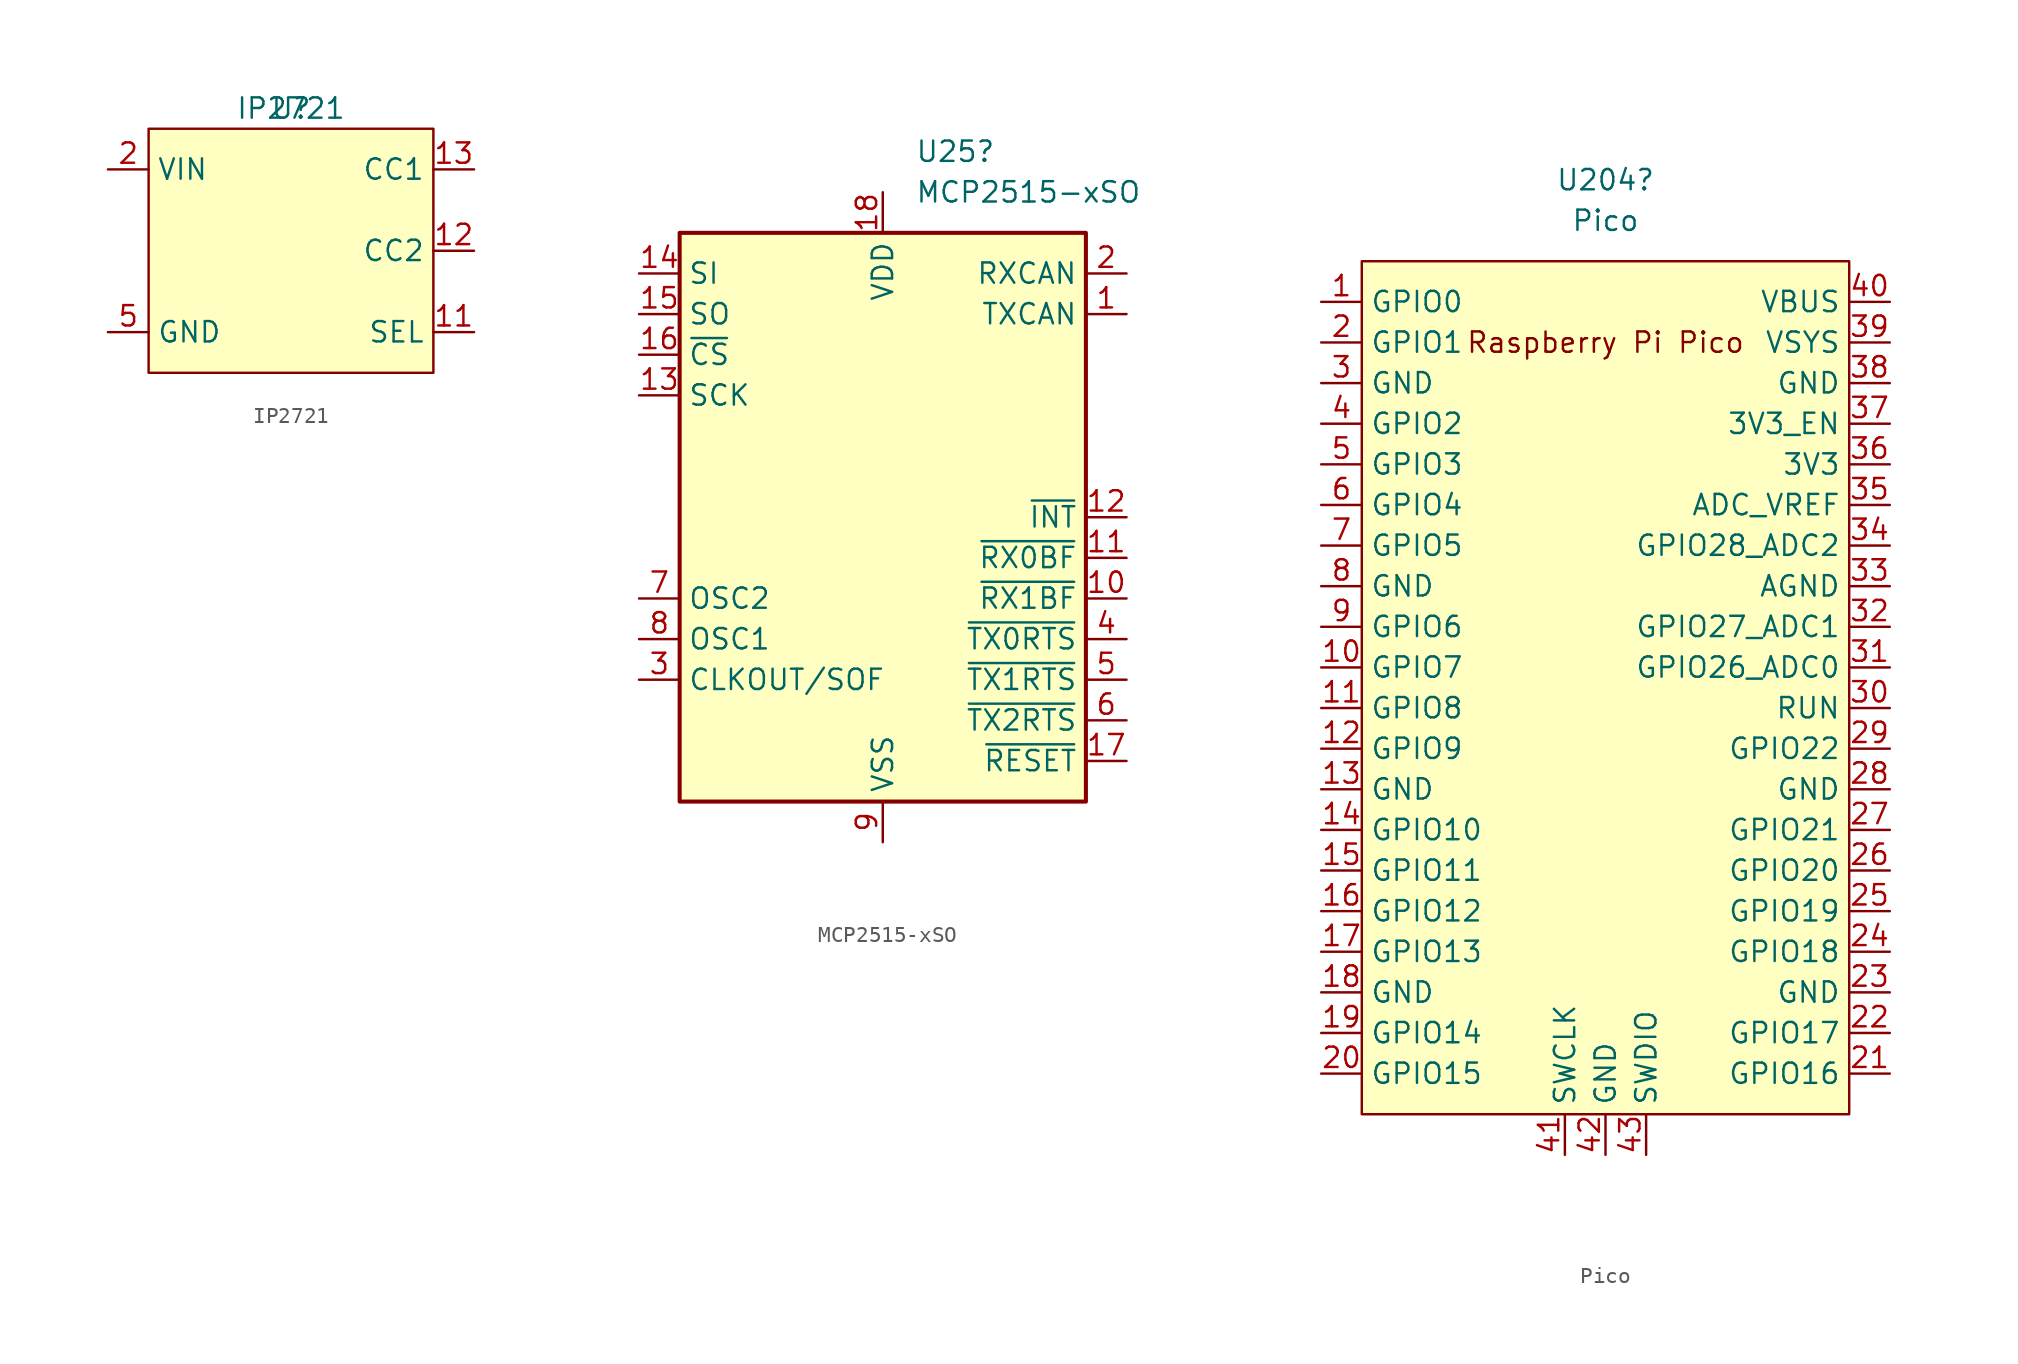
<source format=kicad_sym>
(kicad_symbol_lib
  (version 20211014)
  (generator kicad_symbol_editor)
  (symbol "IP2721"
    (property "Reference" "U"
      (at 0 0 0)
      (effects (font (size 1.27 1.27))))
    (property "Value" "IP2721"
      (at 0 0 0)
      (effects (font (size 1.27 1.27))))
    (symbol "IP2721_0_1"
      (rectangle (start -8.89 -1.27) (end 8.89 -16.51) (stroke (width 0) (type default) (color 0 0 0 0)) (fill (type background))))
    (symbol "IP2721_1_1"
      (pin passive line (at 11.43 -13.97 180) (length 2.54) (name "SEL" (effects (font (size 1.27 1.27)))) (number "11" (effects (font (size 1.27 1.27)))))
      (pin passive line (at 11.43 -8.89 180) (length 2.54) (name "CC2" (effects (font (size 1.27 1.27)))) (number "12" (effects (font (size 1.27 1.27)))))
      (pin passive line (at 11.43 -3.81 180) (length 2.54) (name "CC1" (effects (font (size 1.27 1.27)))) (number "13" (effects (font (size 1.27 1.27)))))
      (pin passive line (at -11.43 -3.81 0) (length 2.54) (name "VIN" (effects (font (size 1.27 1.27)))) (number "2" (effects (font (size 1.27 1.27)))))
      (pin passive line (at -11.43 -13.97 0) (length 2.54) (name "GND" (effects (font (size 1.27 1.27)))) (number "5" (effects (font (size 1.27 1.27)))))))
  (symbol "MCP2515-xSO"
    (property "Reference" "U25"
      (at 2.019 22.86 0)
      (effects (font (size 1.27 1.27)) (justify left)))
    (property "Value" "MCP2515-xSO"
      (at 2.019 20.32 0)
      (effects (font (size 1.27 1.27)) (justify left)))
    (symbol "MCP2515-xSO_0_1"
      (rectangle (start -12.7 17.78) (end 12.7 -17.78) (stroke (width 0.254) (type default) (color 0 0 0 0)) (fill (type background))))
    (symbol "MCP2515-xSO_1_1"
      (pin output line (at 15.24 12.7 180) (length 2.54) (name "TXCAN" (effects (font (size 1.27 1.27)))) (number "1" (effects (font (size 1.27 1.27)))))
      (pin output line (at 15.24 -5.08 180) (length 2.54) (name "~{RX1BF}" (effects (font (size 1.27 1.27)))) (number "10" (effects (font (size 1.27 1.27)))))
      (pin output line (at 15.24 -2.54 180) (length 2.54) (name "~{RX0BF}" (effects (font (size 1.27 1.27)))) (number "11" (effects (font (size 1.27 1.27)))))
      (pin output line (at 15.24 0 180) (length 2.54) (name "~{INT}" (effects (font (size 1.27 1.27)))) (number "12" (effects (font (size 1.27 1.27)))))
      (pin input line (at -15.24 7.62 0) (length 2.54) (name "SCK" (effects (font (size 1.27 1.27)))) (number "13" (effects (font (size 1.27 1.27)))))
      (pin input line (at -15.24 15.24 0) (length 2.54) (name "SI" (effects (font (size 1.27 1.27)))) (number "14" (effects (font (size 1.27 1.27)))))
      (pin output line (at -15.24 12.7 0) (length 2.54) (name "SO" (effects (font (size 1.27 1.27)))) (number "15" (effects (font (size 1.27 1.27)))))
      (pin input line (at -15.24 10.16 0) (length 2.54) (name "~{CS}" (effects (font (size 1.27 1.27)))) (number "16" (effects (font (size 1.27 1.27)))))
      (pin input line (at 15.24 -15.24 180) (length 2.54) (name "~{RESET}" (effects (font (size 1.27 1.27)))) (number "17" (effects (font (size 1.27 1.27)))))
      (pin power_in line (at 0 20.32 270) (length 2.54) (name "VDD" (effects (font (size 1.27 1.27)))) (number "18" (effects (font (size 1.27 1.27)))))
      (pin input line (at 15.24 15.24 180) (length 2.54) (name "RXCAN" (effects (font (size 1.27 1.27)))) (number "2" (effects (font (size 1.27 1.27)))))
      (pin output line (at -15.24 -10.16 0) (length 2.54) (name "CLKOUT/SOF" (effects (font (size 1.27 1.27)))) (number "3" (effects (font (size 1.27 1.27)))))
      (pin input line (at 15.24 -7.62 180) (length 2.54) (name "~{TX0RTS}" (effects (font (size 1.27 1.27)))) (number "4" (effects (font (size 1.27 1.27)))))
      (pin input line (at 15.24 -10.16 180) (length 2.54) (name "~{TX1RTS}" (effects (font (size 1.27 1.27)))) (number "5" (effects (font (size 1.27 1.27)))))
      (pin input line (at 15.24 -12.7 180) (length 2.54) (name "~{TX2RTS}" (effects (font (size 1.27 1.27)))) (number "6" (effects (font (size 1.27 1.27)))))
      (pin output line (at -15.24 -5.08 0) (length 2.54) (name "OSC2" (effects (font (size 1.27 1.27)))) (number "7" (effects (font (size 1.27 1.27)))))
      (pin input line (at -15.24 -7.62 0) (length 2.54) (name "OSC1" (effects (font (size 1.27 1.27)))) (number "8" (effects (font (size 1.27 1.27)))))
      (pin passive line (at 0 -20.32 90) (length 2.54) (name "VSS" (effects (font (size 1.27 1.27)))) (number "9" (effects (font (size 1.27 1.27)))))))
  (symbol "Pico"
    (property "Reference" "U204"
      (at 0 31.75 0)
      (effects (font (size 1.27 1.27))))
    (property "Value" "Pico"
      (at 0 29.21 0)
      (effects (font (size 1.27 1.27))))
    (symbol "Pico_0_0"
      (text "Raspberry Pi Pico" (at 0 21.59 0) (effects (font (size 1.27 1.27)))))
    (symbol "Pico_0_1"
      (rectangle (start -15.24 26.67) (end 15.24 -26.67) (stroke (width 0) (type default) (color 0 0 0 0)) (fill (type background))))
    (symbol "Pico_1_1"
      (pin bidirectional line (at -17.78 24.13 0) (length 2.54) (name "GPIO0" (effects (font (size 1.27 1.27)))) (number "1" (effects (font (size 1.27 1.27)))))
      (pin bidirectional line (at -17.78 1.27 0) (length 2.54) (name "GPIO7" (effects (font (size 1.27 1.27)))) (number "10" (effects (font (size 1.27 1.27)))))
      (pin bidirectional line (at -17.78 -1.27 0) (length 2.54) (name "GPIO8" (effects (font (size 1.27 1.27)))) (number "11" (effects (font (size 1.27 1.27)))))
      (pin bidirectional line (at -17.78 -3.81 0) (length 2.54) (name "GPIO9" (effects (font (size 1.27 1.27)))) (number "12" (effects (font (size 1.27 1.27)))))
      (pin passive line (at -17.78 -6.35 0) (length 2.54) (name "GND" (effects (font (size 1.27 1.27)))) (number "13" (effects (font (size 1.27 1.27)))))
      (pin bidirectional line (at -17.78 -8.89 0) (length 2.54) (name "GPIO10" (effects (font (size 1.27 1.27)))) (number "14" (effects (font (size 1.27 1.27)))))
      (pin bidirectional line (at -17.78 -11.43 0) (length 2.54) (name "GPIO11" (effects (font (size 1.27 1.27)))) (number "15" (effects (font (size 1.27 1.27)))))
      (pin bidirectional line (at -17.78 -13.97 0) (length 2.54) (name "GPIO12" (effects (font (size 1.27 1.27)))) (number "16" (effects (font (size 1.27 1.27)))))
      (pin bidirectional line (at -17.78 -16.51 0) (length 2.54) (name "GPIO13" (effects (font (size 1.27 1.27)))) (number "17" (effects (font (size 1.27 1.27)))))
      (pin passive line (at -17.78 -19.05 0) (length 2.54) (name "GND" (effects (font (size 1.27 1.27)))) (number "18" (effects (font (size 1.27 1.27)))))
      (pin bidirectional line (at -17.78 -21.59 0) (length 2.54) (name "GPIO14" (effects (font (size 1.27 1.27)))) (number "19" (effects (font (size 1.27 1.27)))))
      (pin bidirectional line (at -17.78 21.59 0) (length 2.54) (name "GPIO1" (effects (font (size 1.27 1.27)))) (number "2" (effects (font (size 1.27 1.27)))))
      (pin bidirectional line (at -17.78 -24.13 0) (length 2.54) (name "GPIO15" (effects (font (size 1.27 1.27)))) (number "20" (effects (font (size 1.27 1.27)))))
      (pin bidirectional line (at 17.78 -24.13 180) (length 2.54) (name "GPIO16" (effects (font (size 1.27 1.27)))) (number "21" (effects (font (size 1.27 1.27)))))
      (pin bidirectional line (at 17.78 -21.59 180) (length 2.54) (name "GPIO17" (effects (font (size 1.27 1.27)))) (number "22" (effects (font (size 1.27 1.27)))))
      (pin passive line (at 17.78 -19.05 180) (length 2.54) (name "GND" (effects (font (size 1.27 1.27)))) (number "23" (effects (font (size 1.27 1.27)))))
      (pin bidirectional line (at 17.78 -16.51 180) (length 2.54) (name "GPIO18" (effects (font (size 1.27 1.27)))) (number "24" (effects (font (size 1.27 1.27)))))
      (pin bidirectional line (at 17.78 -13.97 180) (length 2.54) (name "GPIO19" (effects (font (size 1.27 1.27)))) (number "25" (effects (font (size 1.27 1.27)))))
      (pin bidirectional line (at 17.78 -11.43 180) (length 2.54) (name "GPIO20" (effects (font (size 1.27 1.27)))) (number "26" (effects (font (size 1.27 1.27)))))
      (pin bidirectional line (at 17.78 -8.89 180) (length 2.54) (name "GPIO21" (effects (font (size 1.27 1.27)))) (number "27" (effects (font (size 1.27 1.27)))))
      (pin passive line (at 17.78 -6.35 180) (length 2.54) (name "GND" (effects (font (size 1.27 1.27)))) (number "28" (effects (font (size 1.27 1.27)))))
      (pin bidirectional line (at 17.78 -3.81 180) (length 2.54) (name "GPIO22" (effects (font (size 1.27 1.27)))) (number "29" (effects (font (size 1.27 1.27)))))
      (pin passive line (at -17.78 19.05 0) (length 2.54) (name "GND" (effects (font (size 1.27 1.27)))) (number "3" (effects (font (size 1.27 1.27)))))
      (pin input line (at 17.78 -1.27 180) (length 2.54) (name "RUN" (effects (font (size 1.27 1.27)))) (number "30" (effects (font (size 1.27 1.27)))))
      (pin bidirectional line (at 17.78 1.27 180) (length 2.54) (name "GPIO26_ADC0" (effects (font (size 1.27 1.27)))) (number "31" (effects (font (size 1.27 1.27)))))
      (pin bidirectional line (at 17.78 3.81 180) (length 2.54) (name "GPIO27_ADC1" (effects (font (size 1.27 1.27)))) (number "32" (effects (font (size 1.27 1.27)))))
      (pin passive line (at 17.78 6.35 180) (length 2.54) (name "AGND" (effects (font (size 1.27 1.27)))) (number "33" (effects (font (size 1.27 1.27)))))
      (pin bidirectional line (at 17.78 8.89 180) (length 2.54) (name "GPIO28_ADC2" (effects (font (size 1.27 1.27)))) (number "34" (effects (font (size 1.27 1.27)))))
      (pin power_in line (at 17.78 11.43 180) (length 2.54) (name "ADC_VREF" (effects (font (size 1.27 1.27)))) (number "35" (effects (font (size 1.27 1.27)))))
      (pin power_out line (at 17.78 13.97 180) (length 2.54) (name "3V3" (effects (font (size 1.27 1.27)))) (number "36" (effects (font (size 1.27 1.27)))))
      (pin input line (at 17.78 16.51 180) (length 2.54) (name "3V3_EN" (effects (font (size 1.27 1.27)))) (number "37" (effects (font (size 1.27 1.27)))))
      (pin passive line (at 17.78 19.05 180) (length 2.54) (name "GND" (effects (font (size 1.27 1.27)))) (number "38" (effects (font (size 1.27 1.27)))))
      (pin passive line (at 17.78 21.59 180) (length 2.54) (name "VSYS" (effects (font (size 1.27 1.27)))) (number "39" (effects (font (size 1.27 1.27)))))
      (pin bidirectional line (at -17.78 16.51 0) (length 2.54) (name "GPIO2" (effects (font (size 1.27 1.27)))) (number "4" (effects (font (size 1.27 1.27)))))
      (pin power_in line (at 17.78 24.13 180) (length 2.54) (name "VBUS" (effects (font (size 1.27 1.27)))) (number "40" (effects (font (size 1.27 1.27)))))
      (pin input line (at -2.54 -29.21 90) (length 2.54) (name "SWCLK" (effects (font (size 1.27 1.27)))) (number "41" (effects (font (size 1.27 1.27)))))
      (pin passive line (at 0 -29.21 90) (length 2.54) (name "GND" (effects (font (size 1.27 1.27)))) (number "42" (effects (font (size 1.27 1.27)))))
      (pin bidirectional line (at 2.54 -29.21 90) (length 2.54) (name "SWDIO" (effects (font (size 1.27 1.27)))) (number "43" (effects (font (size 1.27 1.27)))))
      (pin bidirectional line (at -17.78 13.97 0) (length 2.54) (name "GPIO3" (effects (font (size 1.27 1.27)))) (number "5" (effects (font (size 1.27 1.27)))))
      (pin bidirectional line (at -17.78 11.43 0) (length 2.54) (name "GPIO4" (effects (font (size 1.27 1.27)))) (number "6" (effects (font (size 1.27 1.27)))))
      (pin bidirectional line (at -17.78 8.89 0) (length 2.54) (name "GPIO5" (effects (font (size 1.27 1.27)))) (number "7" (effects (font (size 1.27 1.27)))))
      (pin passive line (at -17.78 6.35 0) (length 2.54) (name "GND" (effects (font (size 1.27 1.27)))) (number "8" (effects (font (size 1.27 1.27)))))
      (pin bidirectional line (at -17.78 3.81 0) (length 2.54) (name "GPIO6" (effects (font (size 1.27 1.27)))) (number "9" (effects (font (size 1.27 1.27))))))))
</source>
